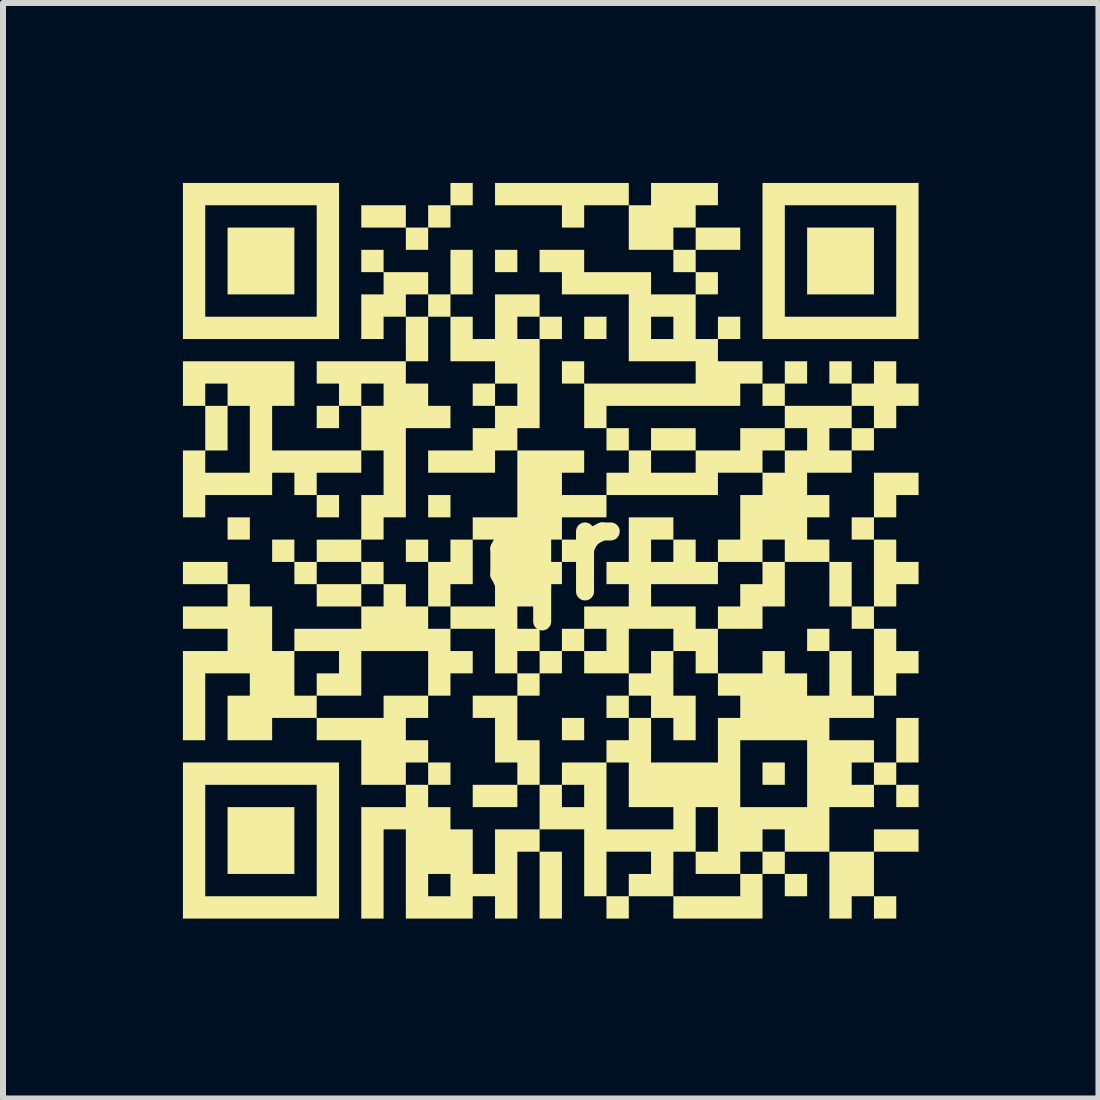
<source format=kicad_pcb>
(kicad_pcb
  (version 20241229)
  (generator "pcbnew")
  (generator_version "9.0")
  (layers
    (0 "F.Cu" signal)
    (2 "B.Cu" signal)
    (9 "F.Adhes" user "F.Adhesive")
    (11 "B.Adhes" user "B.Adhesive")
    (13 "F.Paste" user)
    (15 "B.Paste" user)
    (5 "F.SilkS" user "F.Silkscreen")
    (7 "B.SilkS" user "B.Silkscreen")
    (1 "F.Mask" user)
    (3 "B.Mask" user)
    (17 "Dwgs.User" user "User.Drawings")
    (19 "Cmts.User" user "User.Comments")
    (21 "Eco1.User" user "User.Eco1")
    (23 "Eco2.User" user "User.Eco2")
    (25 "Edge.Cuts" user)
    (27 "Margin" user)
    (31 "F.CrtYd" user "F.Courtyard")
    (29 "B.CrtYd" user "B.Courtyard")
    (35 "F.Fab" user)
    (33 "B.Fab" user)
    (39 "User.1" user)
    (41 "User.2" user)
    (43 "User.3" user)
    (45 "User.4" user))
  (footprint "qr"
    (layer "F.Cu")
    (at 6.132 6.132)
    (property "Reference" "qr" (at 0 0 0) (layer "F.SilkS") (effects (font (size 1.5 1.5) (thickness 0.3))))
    (attr board_only exclude_from_pos_files exclude_from_bom)
    (fp_poly (pts (xy -5.388 0.372) (xy -5.388 0.557) (xy -5.76 0.557) (xy -6.132 0.557) (xy -6.132 0.372) (xy -6.132 0.186) (xy -5.76 0.186) (xy -5.388 0.186)) (stroke (width 0) (type solid)) (fill yes) (layer "F.SilkS"))
    (fp_poly (pts (xy -5.017 -0.372) (xy -5.017 -0.186) (xy -5.203 -0.186) (xy -5.388 -0.186) (xy -5.388 -0.372) (xy -5.388 -0.557) (xy -5.203 -0.557) (xy -5.017 -0.557)) (stroke (width 0) (type solid)) (fill yes) (layer "F.SilkS"))
    (fp_poly (pts (xy -4.274 -4.831) (xy -4.274 -4.274) (xy -4.831 -4.274) (xy -5.388 -4.274) (xy -5.388 -4.831) (xy -5.388 -5.388) (xy -4.831 -5.388) (xy -4.274 -5.388)) (stroke (width 0) (type solid)) (fill yes) (layer "F.SilkS"))
    (fp_poly (pts (xy -4.274 4.831) (xy -4.274 5.388) (xy -4.831 5.388) (xy -5.388 5.388) (xy -5.388 4.831) (xy -5.388 4.274) (xy -4.831 4.274) (xy -4.274 4.274)) (stroke (width 0) (type solid)) (fill yes) (layer "F.SilkS"))
    (fp_poly (pts (xy -3.53 -0.743) (xy -3.53 -0.557) (xy -3.716 -0.557) (xy -3.902 -0.557) (xy -3.902 -0.743) (xy -3.902 -0.929) (xy -3.716 -0.929) (xy -3.53 -0.929)) (stroke (width 0) (type solid)) (fill yes) (layer "F.SilkS"))
    (fp_poly (pts (xy -2.787 -4.831) (xy -2.787 -4.645) (xy -2.973 -4.645) (xy -3.159 -4.645) (xy -3.159 -4.831) (xy -3.159 -5.017) (xy -2.973 -5.017) (xy -2.787 -5.017)) (stroke (width 0) (type solid)) (fill yes) (layer "F.SilkS"))
    (fp_poly (pts (xy -2.787 0.372) (xy -2.787 0.557) (xy -2.973 0.557) (xy -3.159 0.557) (xy -3.159 0.372) (xy -3.159 0.186) (xy -2.973 0.186) (xy -2.787 0.186)) (stroke (width 0) (type solid)) (fill yes) (layer "F.SilkS"))
    (fp_poly (pts (xy -1.672 -0.743) (xy -1.672 -0.557) (xy -1.858 -0.557) (xy -2.044 -0.557) (xy -2.044 -0.743) (xy -2.044 -0.929) (xy -1.858 -0.929) (xy -1.672 -0.929)) (stroke (width 0) (type solid)) (fill yes) (layer "F.SilkS"))
    (fp_poly (pts (xy -1.672 3.716) (xy -1.672 3.902) (xy -1.858 3.902) (xy -2.044 3.902) (xy -2.044 3.716) (xy -2.044 3.53) (xy -1.858 3.53) (xy -1.672 3.53)) (stroke (width 0) (type solid)) (fill yes) (layer "F.SilkS"))
    (fp_poly (pts (xy -0.929 -2.601) (xy -0.929 -2.416) (xy -1.115 -2.416) (xy -1.301 -2.416) (xy -1.301 -2.601) (xy -1.301 -2.787) (xy -1.115 -2.787) (xy -0.929 -2.787)) (stroke (width 0) (type solid)) (fill yes) (layer "F.SilkS"))
    (fp_poly (pts (xy -0.557 -4.831) (xy -0.557 -4.645) (xy -0.743 -4.645) (xy -0.929 -4.645) (xy -0.929 -4.831) (xy -0.929 -5.017) (xy -0.743 -5.017) (xy -0.557 -5.017)) (stroke (width 0) (type solid)) (fill yes) (layer "F.SilkS"))
    (fp_poly (pts (xy 0.186 5.574) (xy 0.186 6.132) (xy 0 6.132) (xy -0.186 6.132) (xy -0.186 5.574) (xy -0.186 5.017) (xy 0 5.017) (xy 0.186 5.017)) (stroke (width 0) (type solid)) (fill yes) (layer "F.SilkS"))
    (fp_poly (pts (xy 0.557 0) (xy 0.557 0.186) (xy 0.372 0.186) (xy 0.186 0.186) (xy 0.186 0) (xy 0.186 -0.186) (xy 0.372 -0.186) (xy 0.557 -0.186)) (stroke (width 0) (type solid)) (fill yes) (layer "F.SilkS"))
    (fp_poly (pts (xy 0.557 2.973) (xy 0.557 3.159) (xy 0.372 3.159) (xy 0.186 3.159) (xy 0.186 2.973) (xy 0.186 2.787) (xy 0.372 2.787) (xy 0.557 2.787)) (stroke (width 0) (type solid)) (fill yes) (layer "F.SilkS"))
    (fp_poly (pts (xy 0.929 -3.716) (xy 0.929 -3.53) (xy 0.743 -3.53) (xy 0.557 -3.53) (xy 0.557 -3.716) (xy 0.557 -3.902) (xy 0.743 -3.902) (xy 0.929 -3.902)) (stroke (width 0) (type solid)) (fill yes) (layer "F.SilkS"))
    (fp_poly (pts (xy 1.301 -1.858) (xy 1.301 -1.672) (xy 1.115 -1.672) (xy 0.929 -1.672) (xy 0.929 -1.858) (xy 0.929 -2.044) (xy 1.115 -2.044) (xy 1.301 -2.044)) (stroke (width 0) (type solid)) (fill yes) (layer "F.SilkS"))
    (fp_poly (pts (xy 2.416 -1.858) (xy 2.416 -1.672) (xy 2.044 -1.672) (xy 1.672 -1.672) (xy 1.672 -1.858) (xy 1.672 -2.044) (xy 2.044 -2.044) (xy 2.416 -2.044)) (stroke (width 0) (type solid)) (fill yes) (layer "F.SilkS"))
    (fp_poly (pts (xy 3.902 3.716) (xy 3.902 3.902) (xy 3.716 3.902) (xy 3.53 3.902) (xy 3.53 3.716) (xy 3.53 3.53) (xy 3.716 3.53) (xy 3.902 3.53)) (stroke (width 0) (type solid)) (fill yes) (layer "F.SilkS"))
    (fp_poly (pts (xy 4.274 5.574) (xy 4.274 5.76) (xy 4.088 5.76) (xy 3.902 5.76) (xy 3.902 5.574) (xy 3.902 5.388) (xy 4.088 5.388) (xy 4.274 5.388)) (stroke (width 0) (type solid)) (fill yes) (layer "F.SilkS"))
    (fp_poly (pts (xy 4.645 1.486) (xy 4.645 1.672) (xy 4.459 1.672) (xy 4.274 1.672) (xy 4.274 1.486) (xy 4.274 1.301) (xy 4.459 1.301) (xy 4.645 1.301)) (stroke (width 0) (type solid)) (fill yes) (layer "F.SilkS"))
    (fp_poly (pts (xy 5.388 -4.831) (xy 5.388 -4.274) (xy 4.831 -4.274) (xy 4.274 -4.274) (xy 4.274 -4.831) (xy 4.274 -5.388) (xy 4.831 -5.388) (xy 5.388 -5.388)) (stroke (width 0) (type solid)) (fill yes) (layer "F.SilkS"))
    (fp_poly (pts (xy 5.76 5.946) (xy 5.76 6.132) (xy 5.574 6.132) (xy 5.388 6.132) (xy 5.388 5.946) (xy 5.388 5.76) (xy 5.574 5.76) (xy 5.76 5.76)) (stroke (width 0) (type solid)) (fill yes) (layer "F.SilkS"))
    (fp_poly (pts (xy 6.132 4.088) (xy 6.132 4.274) (xy 5.946 4.274) (xy 5.76 4.274) (xy 5.76 4.088) (xy 5.76 3.902) (xy 5.946 3.902) (xy 6.132 3.902)) (stroke (width 0) (type solid)) (fill yes) (layer "F.SilkS"))
    (fp_poly (pts (xy -3.53 -4.831) (xy -3.53 -3.53) (xy -4.831 -3.53) (xy -6.132 -3.53) (xy -6.132 -4.831) (xy -5.76 -4.831) (xy -5.76 -3.902) (xy -4.831 -3.902) (xy -3.902 -3.902) (xy -3.902 -4.831) (xy -3.902 -5.76) (xy -4.831 -5.76) (xy -5.76 -5.76) (xy -5.76 -4.831) (xy -6.132 -4.831) (xy -6.132 -6.132) (xy -4.831 -6.132) (xy -3.53 -6.132)) (stroke (width 0) (type solid)) (fill yes) (layer "F.SilkS"))
    (fp_poly (pts (xy -3.53 4.831) (xy -3.53 6.132) (xy -4.831 6.132) (xy -6.132 6.132) (xy -6.132 4.831) (xy -5.76 4.831) (xy -5.76 5.76) (xy -4.831 5.76) (xy -3.902 5.76) (xy -3.902 4.831) (xy -3.902 3.902) (xy -4.831 3.902) (xy -5.76 3.902) (xy -5.76 4.831) (xy -6.132 4.831) (xy -6.132 3.53) (xy -4.831 3.53) (xy -3.53 3.53)) (stroke (width 0) (type solid)) (fill yes) (layer "F.SilkS"))
    (fp_poly (pts (xy 6.132 -4.831) (xy 6.132 -3.53) (xy 4.831 -3.53) (xy 3.53 -3.53) (xy 3.53 -4.831) (xy 3.902 -4.831) (xy 3.902 -3.902) (xy 4.831 -3.902) (xy 5.76 -3.902) (xy 5.76 -4.831) (xy 5.76 -5.76) (xy 4.831 -5.76) (xy 3.902 -5.76) (xy 3.902 -4.831) (xy 3.53 -4.831) (xy 3.53 -6.132) (xy 4.831 -6.132) (xy 6.132 -6.132)) (stroke (width 0) (type solid)) (fill yes) (layer "F.SilkS"))
    (fp_poly (pts (xy 6.132 -1.115) (xy 6.132 -0.929) (xy 5.946 -0.929) (xy 5.76 -0.929) (xy 5.76 -0.743) (xy 5.76 -0.557) (xy 5.574 -0.557) (xy 5.388 -0.557) (xy 5.388 -0.372) (xy 5.388 -0.186) (xy 5.203 -0.186) (xy 5.017 -0.186) (xy 5.017 -0.372) (xy 5.017 -0.557) (xy 5.203 -0.557) (xy 5.388 -0.557) (xy 5.388 -0.929) (xy 5.388 -1.301) (xy 5.76 -1.301) (xy 6.132 -1.301)) (stroke (width 0) (type solid)) (fill yes) (layer "F.SilkS"))
    (fp_poly (pts (xy -2.044 0) (xy -2.044 0.186) (xy -1.858 0.186) (xy -1.672 0.186) (xy -1.672 0) (xy -1.672 -0.186) (xy -1.486 -0.186) (xy -1.301 -0.186) (xy -1.301 0.186) (xy -1.301 0.557) (xy -1.486 0.557) (xy -1.672 0.557) (xy -1.672 0.743) (xy -1.672 0.929) (xy -1.858 0.929) (xy -2.044 0.929) (xy -2.044 0.557) (xy -2.044 0.186) (xy -2.23 0.186) (xy -2.416 0.186) (xy -2.416 0) (xy -2.416 -0.186) (xy -2.23 -0.186) (xy -2.044 -0.186)) (stroke (width 0) (type solid)) (fill yes) (layer "F.SilkS"))
    (fp_poly (pts (xy -1.301 -5.946) (xy -1.301 -5.76) (xy -1.486 -5.76) (xy -1.672 -5.76) (xy -1.672 -5.574) (xy -1.672 -5.388) (xy -1.858 -5.388) (xy -2.044 -5.388) (xy -2.044 -5.203) (xy -2.044 -5.017) (xy -2.23 -5.017) (xy -2.416 -5.017) (xy -2.416 -5.203) (xy -2.416 -5.388) (xy -2.787 -5.388) (xy -3.159 -5.388) (xy -3.159 -5.574) (xy -3.159 -5.76) (xy -2.787 -5.76) (xy -2.416 -5.76) (xy -2.416 -5.574) (xy -2.416 -5.388) (xy -2.23 -5.388) (xy -2.044 -5.388) (xy -2.044 -5.574) (xy -2.044 -5.76) (xy -1.858 -5.76) (xy -1.672 -5.76) (xy -1.672 -5.946) (xy -1.672 -6.132) (xy -1.486 -6.132) (xy -1.301 -6.132)) (stroke (width 0) (type solid)) (fill yes) (layer "F.SilkS"))
    (fp_poly (pts (xy 5.76 0) (xy 5.76 0.186) (xy 5.946 0.186) (xy 6.132 0.186) (xy 6.132 0.372) (xy 6.132 0.557) (xy 5.946 0.557) (xy 5.76 0.557) (xy 5.76 0.743) (xy 5.76 0.929) (xy 5.574 0.929) (xy 5.388 0.929) (xy 5.388 1.115) (xy 5.388 1.301) (xy 5.203 1.301) (xy 5.017 1.301) (xy 5.017 1.115) (xy 5.017 0.929) (xy 4.831 0.929) (xy 4.645 0.929) (xy 4.645 0.557) (xy 4.645 0.186) (xy 4.831 0.186) (xy 5.017 0.186) (xy 5.017 0.557) (xy 5.017 0.929) (xy 5.203 0.929) (xy 5.388 0.929) (xy 5.388 0.372) (xy 5.388 -0.186) (xy 5.574 -0.186) (xy 5.76 -0.186)) (stroke (width 0) (type solid)) (fill yes) (layer "F.SilkS"))
    (fp_poly (pts (xy 1.301 -5.946) (xy 1.301 -5.76) (xy 1.486 -5.76) (xy 1.672 -5.76) (xy 1.672 -5.946) (xy 1.672 -6.132) (xy 2.23 -6.132) (xy 2.787 -6.132) (xy 2.787 -5.946) (xy 2.787 -5.76) (xy 2.601 -5.76) (xy 2.416 -5.76) (xy 2.416 -5.574) (xy 2.416 -5.388) (xy 2.23 -5.388) (xy 2.044 -5.388) (xy 2.044 -5.203) (xy 2.044 -5.017) (xy 2.23 -5.017) (xy 2.416 -5.017) (xy 2.416 -5.203) (xy 2.416 -5.388) (xy 2.787 -5.388) (xy 3.159 -5.388) (xy 3.159 -5.203) (xy 3.159 -5.017) (xy 2.787 -5.017) (xy 2.416 -5.017) (xy 2.416 -4.831) (xy 2.416 -4.645) (xy 2.23 -4.645) (xy 2.044 -4.645) (xy 2.044 -4.831) (xy 2.044 -5.017) (xy 1.672 -5.017) (xy 1.301 -5.017) (xy 1.301 -5.388) (xy 1.301 -5.76) (xy 0.929 -5.76) (xy 0.557 -5.76) (xy 0.557 -5.574) (xy 0.557 -5.388) (xy 0.372 -5.388) (xy 0.186 -5.388) (xy 0.186 -5.574) (xy 0.186 -5.76) (xy -0.372 -5.76) (xy -0.929 -5.76) (xy -0.929 -5.946) (xy -0.929 -6.132) (xy 0.186 -6.132) (xy 1.301 -6.132)) (stroke (width 0) (type solid)) (fill yes) (layer "F.SilkS"))
    (fp_poly (pts (xy -0.186 -4.088) (xy -0.186 -3.902) (xy -0.372 -3.902) (xy -0.557 -3.902) (xy -0.557 -3.716) (xy -0.557 -3.53) (xy -0.372 -3.53) (xy -0.186 -3.53) (xy -0.186 -3.716) (xy -0.186 -3.902) (xy 0 -3.902) (xy 0.186 -3.902) (xy 0.186 -3.716) (xy 0.186 -3.53) (xy 0 -3.53) (xy -0.186 -3.53) (xy -0.186 -2.787) (xy -0.186 -2.044) (xy -0.372 -2.044) (xy -0.557 -2.044) (xy -0.557 -1.858) (xy -0.557 -1.672) (xy -0.743 -1.672) (xy -0.929 -1.672) (xy -0.929 -1.486) (xy -0.929 -1.301) (xy -1.486 -1.301) (xy -2.044 -1.301) (xy -2.044 -1.486) (xy -2.044 -1.672) (xy -1.672 -1.672) (xy -1.301 -1.672) (xy -1.301 -1.858) (xy -1.301 -2.044) (xy -1.115 -2.044) (xy -0.929 -2.044) (xy -0.929 -2.23) (xy -0.929 -2.416) (xy -0.743 -2.416) (xy -0.557 -2.416) (xy -0.557 -2.601) (xy -0.557 -2.787) (xy -0.743 -2.787) (xy -0.929 -2.787) (xy -0.929 -2.973) (xy -0.929 -3.159) (xy -1.301 -3.159) (xy -1.672 -3.159) (xy -1.672 -3.53) (xy -1.672 -3.902) (xy -1.486 -3.902) (xy -1.301 -3.902) (xy -1.301 -3.716) (xy -1.301 -3.53) (xy -1.115 -3.53) (xy -0.929 -3.53) (xy -0.929 -3.902) (xy -0.929 -4.274) (xy -0.557 -4.274) (xy -0.186 -4.274)) (stroke (width 0) (type solid)) (fill yes) (layer "F.SilkS"))
    (fp_poly (pts (xy 2.044 -0.372) (xy 2.044 -0.186) (xy 1.858 -0.186) (xy 1.672 -0.186) (xy 1.672 0) (xy 1.672 0.186) (xy 1.858 0.186) (xy 2.044 0.186) (xy 2.044 0) (xy 2.044 -0.186) (xy 2.23 -0.186) (xy 2.416 -0.186) (xy 2.416 0) (xy 2.416 0.186) (xy 2.601 0.186) (xy 2.787 0.186) (xy 2.787 0.372) (xy 2.787 0.557) (xy 2.23 0.557) (xy 1.672 0.557) (xy 1.672 0.743) (xy 1.672 0.929) (xy 2.044 0.929) (xy 2.416 0.929) (xy 2.416 1.115) (xy 2.416 1.301) (xy 2.601 1.301) (xy 2.787 1.301) (xy 2.787 1.115) (xy 2.787 0.929) (xy 2.973 0.929) (xy 3.159 0.929) (xy 3.159 0.743) (xy 3.159 0.557) (xy 3.345 0.557) (xy 3.53 0.557) (xy 3.53 0.372) (xy 3.53 0.186) (xy 3.716 0.186) (xy 3.902 0.186) (xy 3.902 0.557) (xy 3.902 0.929) (xy 3.716 0.929) (xy 3.53 0.929) (xy 3.53 1.115) (xy 3.53 1.301) (xy 3.159 1.301) (xy 2.787 1.301) (xy 2.787 1.672) (xy 2.787 2.044) (xy 2.601 2.044) (xy 2.416 2.044) (xy 2.416 1.858) (xy 2.416 1.672) (xy 2.23 1.672) (xy 2.044 1.672) (xy 2.044 2.044) (xy 2.044 2.416) (xy 2.23 2.416) (xy 2.416 2.416) (xy 2.416 2.787) (xy 2.416 3.159) (xy 2.23 3.159) (xy 2.044 3.159) (xy 2.044 2.973) (xy 2.044 2.787) (xy 1.858 2.787) (xy 1.672 2.787) (xy 1.672 2.601) (xy 1.672 2.416) (xy 1.486 2.416) (xy 1.301 2.416) (xy 1.301 2.601) (xy 1.301 2.787) (xy 1.115 2.787) (xy 0.929 2.787) (xy 0.929 2.601) (xy 0.929 2.416) (xy 1.115 2.416) (xy 1.301 2.416) (xy 1.301 2.23) (xy 1.301 2.044) (xy 0.929 2.044) (xy 0.557 2.044) (xy 0.557 1.858) (xy 0.557 1.672) (xy 0.372 1.672) (xy 0.186 1.672) (xy 0.186 1.858) (xy 0.186 2.044) (xy 0 2.044) (xy -0.186 2.044) (xy -0.186 2.23) (xy -0.186 2.416) (xy -0.372 2.416) (xy -0.557 2.416) (xy -0.557 2.787) (xy -0.557 3.159) (xy -0.372 3.159) (xy -0.186 3.159) (xy -0.186 3.53) (xy -0.186 3.902) (xy -0.372 3.902) (xy -0.557 3.902) (xy -0.557 4.088) (xy -0.557 4.274) (xy -0.929 4.274) (xy -1.301 4.274) (xy -1.301 4.088) (xy -1.301 3.902) (xy -0.929 3.902) (xy -0.557 3.902) (xy -0.557 3.716) (xy -0.557 3.53) (xy -0.743 3.53) (xy -0.929 3.53) (xy -0.929 3.159) (xy -0.929 2.787) (xy -1.115 2.787) (xy -1.301 2.787) (xy -1.301 2.601) (xy -1.301 2.416) (xy -0.929 2.416) (xy -0.557 2.416) (xy -0.557 2.23) (xy -0.557 2.044) (xy -0.372 2.044) (xy -0.186 2.044) (xy -0.186 1.858) (xy -0.186 1.672) (xy 0 1.672) (xy 0.186 1.672) (xy 0.186 1.486) (xy 0.557 1.486) (xy 0.557 1.672) (xy 0.743 1.672) (xy 0.929 1.672) (xy 1.301 1.672) (xy 1.301 2.044) (xy 1.486 2.044) (xy 1.672 2.044) (xy 1.672 1.858) (xy 1.672 1.672) (xy 1.858 1.672) (xy 2.044 1.672) (xy 2.044 1.486) (xy 2.044 1.301) (xy 1.672 1.301) (xy 1.301 1.301) (xy 1.301 1.672) (xy 0.929 1.672) (xy 0.929 1.486) (xy 0.929 1.301) (xy 0.743 1.301) (xy 0.557 1.301) (xy 0.557 1.486) (xy 0.186 1.486) (xy 0.186 1.301) (xy 0.372 1.301) (xy 0.557 1.301) (xy 0.557 1.115) (xy 0.557 0.929) (xy 0.929 0.929) (xy 1.301 0.929) (xy 1.301 0.743) (xy 1.301 0.557) (xy 1.115 0.557) (xy 0.929 0.557) (xy 0.929 0.372) (xy 0.929 0.186) (xy 1.115 0.186) (xy 1.301 0.186) (xy 1.301 -0.186) (xy 1.301 -0.557) (xy 1.672 -0.557) (xy 2.044 -0.557)) (stroke (width 0) (type solid)) (fill yes) (layer "F.SilkS"))
    (fp_poly (pts (xy -1.301 -4.645) (xy -1.301 -4.274) (xy -1.486 -4.274) (xy -1.672 -4.274) (xy -1.672 -4.088) (xy -1.672 -3.902) (xy -1.858 -3.902) (xy -2.044 -3.902) (xy -2.044 -3.53) (xy -2.044 -3.159) (xy -2.23 -3.159) (xy -2.416 -3.159) (xy -2.416 -2.973) (xy -2.416 -2.787) (xy -2.23 -2.787) (xy -2.044 -2.787) (xy -2.044 -2.601) (xy -2.044 -2.416) (xy -1.858 -2.416) (xy -1.672 -2.416) (xy -1.672 -2.23) (xy -1.672 -2.044) (xy -2.044 -2.044) (xy -2.416 -2.044) (xy -2.416 -1.301) (xy -2.416 -0.557) (xy -2.601 -0.557) (xy -2.787 -0.557) (xy -2.787 -0.372) (xy -2.787 -0.186) (xy -2.973 -0.186) (xy -3.159 -0.186) (xy -3.159 0) (xy -3.159 0.186) (xy -3.53 0.186) (xy -3.902 0.186) (xy -3.902 0.372) (xy -3.902 0.557) (xy -4.088 0.557) (xy -4.274 0.557) (xy -4.274 0.372) (xy -4.274 0.186) (xy -4.459 0.186) (xy -4.645 0.186) (xy -4.645 0) (xy -4.645 -0.186) (xy -4.459 -0.186) (xy -4.274 -0.186) (xy -4.274 0) (xy -4.274 0.186) (xy -4.088 0.186) (xy -3.902 0.186) (xy -3.902 0) (xy -3.902 -0.186) (xy -3.53 -0.186) (xy -3.159 -0.186) (xy -3.159 -0.557) (xy -3.159 -0.929) (xy -2.973 -0.929) (xy -2.787 -0.929) (xy -2.787 -1.301) (xy -2.787 -1.672) (xy -2.973 -1.672) (xy -3.159 -1.672) (xy -3.159 -1.486) (xy -3.159 -1.301) (xy -3.53 -1.301) (xy -3.902 -1.301) (xy -3.902 -1.115) (xy -3.902 -0.929) (xy -4.088 -0.929) (xy -4.274 -0.929) (xy -4.274 -1.115) (xy -4.274 -1.301) (xy -4.459 -1.301) (xy -4.645 -1.301) (xy -4.645 -1.115) (xy -4.645 -0.929) (xy -5.203 -0.929) (xy -5.76 -0.929) (xy -5.76 -0.743) (xy -5.76 -0.557) (xy -5.946 -0.557) (xy -6.132 -0.557) (xy -6.132 -1.115) (xy -6.132 -1.672) (xy -5.946 -1.672) (xy -5.76 -1.672) (xy -5.76 -1.486) (xy -5.76 -1.301) (xy -5.388 -1.301) (xy -5.017 -1.301) (xy -5.017 -1.858) (xy -5.017 -2.416) (xy -5.203 -2.416) (xy -5.388 -2.416) (xy -5.388 -2.044) (xy -5.388 -1.672) (xy -5.574 -1.672) (xy -5.76 -1.672) (xy -5.76 -2.044) (xy -5.76 -2.416) (xy -5.946 -2.416) (xy -6.132 -2.416) (xy -6.132 -2.601) (xy -5.76 -2.601) (xy -5.76 -2.416) (xy -5.574 -2.416) (xy -5.388 -2.416) (xy -5.388 -2.601) (xy -5.388 -2.787) (xy -5.574 -2.787) (xy -5.76 -2.787) (xy -5.76 -2.601) (xy -6.132 -2.601) (xy -6.132 -2.787) (xy -6.132 -3.159) (xy -5.203 -3.159) (xy -4.274 -3.159) (xy -4.274 -2.787) (xy -4.274 -2.416) (xy -4.459 -2.416) (xy -4.645 -2.416) (xy -4.645 -2.044) (xy -4.645 -1.672) (xy -3.902 -1.672) (xy -3.159 -1.672) (xy -3.159 -2.044) (xy -3.159 -2.416) (xy -3.345 -2.416) (xy -3.53 -2.416) (xy -3.53 -2.23) (xy -3.53 -2.044) (xy -3.716 -2.044) (xy -3.902 -2.044) (xy -3.902 -2.23) (xy -3.902 -2.416) (xy -3.716 -2.416) (xy -3.53 -2.416) (xy -3.53 -2.601) (xy -3.159 -2.601) (xy -3.159 -2.416) (xy -2.973 -2.416) (xy -2.787 -2.416) (xy -2.787 -2.601) (xy -2.787 -2.787) (xy -2.973 -2.787) (xy -3.159 -2.787) (xy -3.159 -2.601) (xy -3.53 -2.601) (xy -3.53 -2.787) (xy -3.716 -2.787) (xy -3.902 -2.787) (xy -3.902 -2.973) (xy -3.902 -3.159) (xy -3.159 -3.159) (xy -2.416 -3.159) (xy -2.416 -3.53) (xy -2.416 -3.902) (xy -2.601 -3.902) (xy -2.787 -3.902) (xy -2.787 -3.716) (xy -2.787 -3.53) (xy -2.973 -3.53) (xy -3.159 -3.53) (xy -3.159 -3.902) (xy -3.159 -4.088) (xy -2.416 -4.088) (xy -2.416 -3.902) (xy -2.23 -3.902) (xy -2.044 -3.902) (xy -2.044 -4.088) (xy -2.044 -4.274) (xy -2.23 -4.274) (xy -2.416 -4.274) (xy -2.416 -4.088) (xy -3.159 -4.088) (xy -3.159 -4.274) (xy -2.973 -4.274) (xy -2.787 -4.274) (xy -2.787 -4.459) (xy -2.787 -4.645) (xy -2.416 -4.645) (xy -2.044 -4.645) (xy -2.044 -4.459) (xy -2.044 -4.274) (xy -1.858 -4.274) (xy -1.672 -4.274) (xy -1.672 -4.645) (xy -1.672 -5.017) (xy -1.486 -5.017) (xy -1.301 -5.017)) (stroke (width 0) (type solid)) (fill yes) (layer "F.SilkS"))
    (fp_poly (pts (xy 5.76 1.486) (xy 5.76 1.672) (xy 5.946 1.672) (xy 6.132 1.672) (xy 6.132 1.858) (xy 6.132 2.044) (xy 5.946 2.044) (xy 5.76 2.044) (xy 5.76 2.23) (xy 5.76 2.416) (xy 5.574 2.416) (xy 5.388 2.416) (xy 5.388 2.601) (xy 5.388 2.787) (xy 5.017 2.787) (xy 4.645 2.787) (xy 4.645 2.973) (xy 4.645 3.159) (xy 5.017 3.159) (xy 5.388 3.159) (xy 5.388 3.345) (xy 5.388 3.53) (xy 5.574 3.53) (xy 5.76 3.53) (xy 5.76 3.159) (xy 5.76 2.787) (xy 5.946 2.787) (xy 6.132 2.787) (xy 6.132 3.159) (xy 6.132 3.53) (xy 5.946 3.53) (xy 5.76 3.53) (xy 5.76 3.716) (xy 5.76 3.902) (xy 5.574 3.902) (xy 5.388 3.902) (xy 5.388 4.088) (xy 5.388 4.274) (xy 5.017 4.274) (xy 4.645 4.274) (xy 4.645 4.645) (xy 4.645 5.017) (xy 5.017 5.017) (xy 5.388 5.017) (xy 5.388 4.831) (xy 5.388 4.645) (xy 5.76 4.645) (xy 6.132 4.645) (xy 6.132 4.831) (xy 6.132 5.017) (xy 5.76 5.017) (xy 5.388 5.017) (xy 5.388 5.388) (xy 5.388 5.76) (xy 5.203 5.76) (xy 5.017 5.76) (xy 5.017 5.946) (xy 5.017 6.132) (xy 4.831 6.132) (xy 4.645 6.132) (xy 4.645 5.574) (xy 4.645 5.017) (xy 4.274 5.017) (xy 3.902 5.017) (xy 3.902 5.203) (xy 3.902 5.388) (xy 3.716 5.388) (xy 3.53 5.388) (xy 3.53 5.76) (xy 3.53 6.132) (xy 2.787 6.132) (xy 2.044 6.132) (xy 2.044 5.946) (xy 2.044 5.76) (xy 1.672 5.76) (xy 1.301 5.76) (xy 1.301 5.946) (xy 1.301 6.132) (xy 1.115 6.132) (xy 0.929 6.132) (xy 0.929 5.946) (xy 0.929 5.76) (xy 0.743 5.76) (xy 0.557 5.76) (xy 0.557 5.388) (xy 0.929 5.388) (xy 0.929 5.76) (xy 1.115 5.76) (xy 1.301 5.76) (xy 1.301 5.574) (xy 1.301 5.388) (xy 1.486 5.388) (xy 1.672 5.388) (xy 1.672 5.203) (xy 1.672 5.017) (xy 2.044 5.017) (xy 2.044 5.388) (xy 2.044 5.76) (xy 2.601 5.76) (xy 3.159 5.76) (xy 3.159 5.574) (xy 3.159 5.388) (xy 3.345 5.388) (xy 3.53 5.388) (xy 3.53 5.203) (xy 3.53 5.017) (xy 3.716 5.017) (xy 3.902 5.017) (xy 3.902 4.831) (xy 3.902 4.645) (xy 3.716 4.645) (xy 3.53 4.645) (xy 3.53 4.831) (xy 3.53 5.017) (xy 3.345 5.017) (xy 3.159 5.017) (xy 3.159 5.203) (xy 3.159 5.388) (xy 2.787 5.388) (xy 2.416 5.388) (xy 2.416 5.203) (xy 2.416 5.017) (xy 2.601 5.017) (xy 2.787 5.017) (xy 2.787 4.645) (xy 2.787 4.274) (xy 2.601 4.274) (xy 2.416 4.274) (xy 2.416 4.645) (xy 2.416 5.017) (xy 2.23 5.017) (xy 2.044 5.017) (xy 1.672 5.017) (xy 1.301 5.017) (xy 0.929 5.017) (xy 0.929 5.388) (xy 0.557 5.388) (xy 0.557 5.203) (xy 0.557 4.645) (xy 0.186 4.645) (xy -0.186 4.645) (xy -0.186 4.831) (xy -0.186 5.017) (xy -0.372 5.017) (xy -0.557 5.017) (xy -0.557 5.574) (xy -0.557 6.132) (xy -0.743 6.132) (xy -0.929 6.132) (xy -0.929 5.946) (xy -0.929 5.76) (xy -1.115 5.76) (xy -1.301 5.76) (xy -1.301 5.946) (xy -1.301 6.132) (xy -1.858 6.132) (xy -2.416 6.132) (xy -2.416 5.574) (xy -2.044 5.574) (xy -2.044 5.76) (xy -1.858 5.76) (xy -1.672 5.76) (xy -1.672 5.574) (xy -1.672 5.388) (xy -1.858 5.388) (xy -2.044 5.388) (xy -2.044 5.574) (xy -2.416 5.574) (xy -2.416 5.388) (xy -2.416 4.645) (xy -2.601 4.645) (xy -2.787 4.645) (xy -2.787 5.388) (xy -2.787 6.132) (xy -2.973 6.132) (xy -3.159 6.132) (xy -3.159 5.203) (xy -3.159 4.274) (xy -2.787 4.274) (xy -2.416 4.274) (xy -2.416 4.088) (xy -2.416 3.902) (xy -2.23 3.902) (xy -2.044 3.902) (xy -2.044 4.088) (xy -2.044 4.274) (xy -1.858 4.274) (xy -1.672 4.274) (xy -1.672 4.459) (xy -1.672 4.645) (xy -1.486 4.645) (xy -1.301 4.645) (xy -1.301 5.017) (xy -1.301 5.388) (xy -1.115 5.388) (xy -0.929 5.388) (xy -0.929 5.017) (xy -0.929 4.645) (xy -0.557 4.645) (xy -0.186 4.645) (xy -0.186 4.274) (xy -0.186 4.088) (xy 0.186 4.088) (xy 0.186 4.274) (xy 0.372 4.274) (xy 0.557 4.274) (xy 0.557 4.088) (xy 0.929 4.088) (xy 0.929 4.645) (xy 1.486 4.645) (xy 2.044 4.645) (xy 2.044 4.459) (xy 2.044 4.274) (xy 1.672 4.274) (xy 1.301 4.274) (xy 1.301 3.902) (xy 1.301 3.716) (xy 3.159 3.716) (xy 3.159 4.274) (xy 3.716 4.274) (xy 4.274 4.274) (xy 4.274 3.716) (xy 5.017 3.716) (xy 5.017 3.902) (xy 5.203 3.902) (xy 5.388 3.902) (xy 5.388 3.716) (xy 5.388 3.53) (xy 5.203 3.53) (xy 5.017 3.53) (xy 5.017 3.716) (xy 4.274 3.716) (xy 4.274 3.159) (xy 3.716 3.159) (xy 3.159 3.159) (xy 3.159 3.716) (xy 1.301 3.716) (xy 1.301 3.53) (xy 1.115 3.53) (xy 0.929 3.53) (xy 0.929 4.088) (xy 0.557 4.088) (xy 0.557 3.902) (xy 0.372 3.902) (xy 0.186 3.902) (xy 0.186 4.088) (xy -0.186 4.088) (xy -0.186 3.902) (xy 0 3.902) (xy 0.186 3.902) (xy 0.186 3.716) (xy 0.186 3.53) (xy 0.557 3.53) (xy 0.929 3.53) (xy 0.929 3.345) (xy 0.929 3.159) (xy 1.115 3.159) (xy 1.301 3.159) (xy 1.301 2.973) (xy 1.301 2.787) (xy 1.486 2.787) (xy 1.672 2.787) (xy 1.672 3.159) (xy 1.672 3.53) (xy 2.23 3.53) (xy 2.787 3.53) (xy 2.787 3.159) (xy 2.787 2.787) (xy 2.973 2.787) (xy 3.159 2.787) (xy 3.159 2.601) (xy 3.159 2.416) (xy 2.973 2.416) (xy 2.787 2.416) (xy 2.787 2.23) (xy 2.787 2.044) (xy 3.159 2.044) (xy 3.53 2.044) (xy 3.53 1.858) (xy 3.53 1.672) (xy 3.716 1.672) (xy 3.902 1.672) (xy 3.902 1.858) (xy 3.902 2.044) (xy 4.088 2.044) (xy 4.274 2.044) (xy 4.274 2.23) (xy 4.274 2.416) (xy 4.459 2.416) (xy 4.645 2.416) (xy 4.645 2.044) (xy 4.645 1.672) (xy 4.831 1.672) (xy 5.017 1.672) (xy 5.017 2.044) (xy 5.017 2.416) (xy 5.203 2.416) (xy 5.388 2.416) (xy 5.388 1.858) (xy 5.388 1.301) (xy 5.574 1.301) (xy 5.76 1.301)) (stroke (width 0) (type solid)) (fill yes) (layer "F.SilkS"))
    (fp_poly (pts (xy 0.557 -4.831) (xy 0.557 -4.645) (xy 1.115 -4.645) (xy 1.672 -4.645) (xy 1.672 -4.459) (xy 1.672 -4.274) (xy 2.044 -4.274) (xy 2.416 -4.274) (xy 2.416 -4.459) (xy 2.416 -4.645) (xy 2.601 -4.645) (xy 2.787 -4.645) (xy 2.787 -4.459) (xy 2.787 -4.274) (xy 2.601 -4.274) (xy 2.416 -4.274) (xy 2.416 -3.902) (xy 2.416 -3.53) (xy 2.601 -3.53) (xy 2.787 -3.53) (xy 2.787 -3.716) (xy 2.787 -3.902) (xy 2.973 -3.902) (xy 3.159 -3.902) (xy 3.159 -3.716) (xy 3.159 -3.53) (xy 2.973 -3.53) (xy 2.787 -3.53) (xy 2.787 -3.345) (xy 2.787 -3.159) (xy 3.159 -3.159) (xy 3.53 -3.159) (xy 3.53 -2.973) (xy 3.53 -2.787) (xy 3.716 -2.787) (xy 3.902 -2.787) (xy 3.902 -2.973) (xy 3.902 -3.159) (xy 4.088 -3.159) (xy 4.274 -3.159) (xy 4.274 -2.973) (xy 4.274 -2.787) (xy 4.088 -2.787) (xy 3.902 -2.787) (xy 3.902 -2.601) (xy 3.902 -2.416) (xy 4.459 -2.416) (xy 5.017 -2.416) (xy 5.017 -2.601) (xy 5.017 -2.787) (xy 4.831 -2.787) (xy 4.645 -2.787) (xy 4.645 -2.973) (xy 4.645 -3.159) (xy 4.831 -3.159) (xy 5.017 -3.159) (xy 5.017 -2.973) (xy 5.017 -2.787) (xy 5.203 -2.787) (xy 5.388 -2.787) (xy 5.388 -2.973) (xy 5.388 -3.159) (xy 5.574 -3.159) (xy 5.76 -3.159) (xy 5.76 -2.973) (xy 5.76 -2.787) (xy 5.946 -2.787) (xy 6.132 -2.787) (xy 6.132 -2.601) (xy 6.132 -2.416) (xy 5.946 -2.416) (xy 5.76 -2.416) (xy 5.76 -2.23) (xy 5.76 -2.044) (xy 5.574 -2.044) (xy 5.388 -2.044) (xy 5.388 -1.858) (xy 5.388 -1.672) (xy 5.203 -1.672) (xy 5.017 -1.672) (xy 5.017 -1.486) (xy 5.017 -1.301) (xy 4.645 -1.301) (xy 4.274 -1.301) (xy 4.274 -1.115) (xy 4.274 -0.929) (xy 4.459 -0.929) (xy 4.645 -0.929) (xy 4.645 -0.743) (xy 4.645 -0.557) (xy 4.459 -0.557) (xy 4.274 -0.557) (xy 4.274 -0.372) (xy 4.274 -0.186) (xy 4.459 -0.186) (xy 4.645 -0.186) (xy 4.645 0) (xy 4.645 0.186) (xy 4.274 0.186) (xy 3.902 0.186) (xy 3.902 0) (xy 3.902 -0.186) (xy 3.716 -0.186) (xy 3.53 -0.186) (xy 3.53 0) (xy 3.53 0.186) (xy 3.159 0.186) (xy 2.787 0.186) (xy 2.787 0) (xy 2.787 -0.186) (xy 2.973 -0.186) (xy 3.159 -0.186) (xy 3.159 -0.557) (xy 3.159 -0.929) (xy 3.345 -0.929) (xy 3.53 -0.929) (xy 3.53 -1.115) (xy 3.53 -1.301) (xy 3.716 -1.301) (xy 3.902 -1.301) (xy 3.902 -1.486) (xy 3.902 -1.672) (xy 4.088 -1.672) (xy 4.274 -1.672) (xy 4.274 -1.858) (xy 4.274 -2.044) (xy 4.645 -2.044) (xy 4.645 -1.858) (xy 4.645 -1.672) (xy 4.831 -1.672) (xy 5.017 -1.672) (xy 5.017 -1.858) (xy 5.017 -2.044) (xy 5.203 -2.044) (xy 5.388 -2.044) (xy 5.388 -2.23) (xy 5.388 -2.416) (xy 5.203 -2.416) (xy 5.017 -2.416) (xy 5.017 -2.23) (xy 5.017 -2.044) (xy 4.831 -2.044) (xy 4.645 -2.044) (xy 4.274 -2.044) (xy 4.088 -2.044) (xy 3.902 -2.044) (xy 3.902 -1.858) (xy 3.902 -1.672) (xy 3.716 -1.672) (xy 3.53 -1.672) (xy 3.53 -1.486) (xy 3.53 -1.301) (xy 3.159 -1.301) (xy 2.787 -1.301) (xy 2.787 -1.115) (xy 2.787 -0.929) (xy 1.858 -0.929) (xy 0.929 -0.929) (xy 0.929 -0.743) (xy 0.929 -0.557) (xy 0.557 -0.557) (xy 0.186 -0.557) (xy 0.186 -0.372) (xy 0.186 -0.186) (xy 0 -0.186) (xy -0.186 -0.186) (xy -0.186 0) (xy -0.186 0.186) (xy 0 0.186) (xy 0.186 0.186) (xy 0.186 0.372) (xy 0.186 0.557) (xy 0 0.557) (xy -0.186 0.557) (xy -0.186 0.743) (xy -0.186 0.929) (xy -0.372 0.929) (xy -0.557 0.929) (xy -0.557 1.115) (xy -0.557 1.301) (xy -0.372 1.301) (xy -0.186 1.301) (xy -0.186 1.486) (xy -0.186 1.672) (xy -0.372 1.672) (xy -0.557 1.672) (xy -0.557 1.858) (xy -0.557 2.044) (xy -0.743 2.044) (xy -0.929 2.044) (xy -0.929 1.672) (xy -0.929 1.301) (xy -1.301 1.301) (xy -1.672 1.301) (xy -1.672 1.486) (xy -1.672 1.672) (xy -1.486 1.672) (xy -1.301 1.672) (xy -1.301 1.858) (xy -1.301 2.044) (xy -1.486 2.044) (xy -1.672 2.044) (xy -1.672 2.23) (xy -1.672 2.416) (xy -1.858 2.416) (xy -2.044 2.416) (xy -2.044 2.044) (xy -2.044 1.672) (xy -2.601 1.672) (xy -3.159 1.672) (xy -3.159 2.044) (xy -3.159 2.416) (xy -3.53 2.416) (xy -3.902 2.416) (xy -3.902 2.23) (xy -3.902 2.044) (xy -3.716 2.044) (xy -3.53 2.044) (xy -3.53 1.858) (xy -3.53 1.672) (xy -3.902 1.672) (xy -4.274 1.672) (xy -4.274 2.044) (xy -4.274 2.416) (xy -4.088 2.416) (xy -3.902 2.416) (xy -3.902 2.601) (xy -3.902 2.787) (xy -3.345 2.787) (xy -2.787 2.787) (xy -2.787 2.601) (xy -2.787 2.416) (xy -2.416 2.416) (xy -2.044 2.416) (xy -2.044 2.601) (xy -2.044 2.787) (xy -2.23 2.787) (xy -2.416 2.787) (xy -2.416 2.973) (xy -2.416 3.159) (xy -2.23 3.159) (xy -2.044 3.159) (xy -2.044 3.345) (xy -2.044 3.53) (xy -2.23 3.53) (xy -2.416 3.53) (xy -2.416 3.716) (xy -2.416 3.902) (xy -2.787 3.902) (xy -3.159 3.902) (xy -3.159 3.53) (xy -3.159 3.159) (xy -3.53 3.159) (xy -3.902 3.159) (xy -3.902 2.973) (xy -3.902 2.787) (xy -4.274 2.787) (xy -4.645 2.787) (xy -4.645 2.973) (xy -4.645 3.159) (xy -5.017 3.159) (xy -5.388 3.159) (xy -5.388 2.787) (xy -5.388 2.416) (xy -5.203 2.416) (xy -5.017 2.416) (xy -5.017 2.23) (xy -5.017 2.044) (xy -5.388 2.044) (xy -5.76 2.044) (xy -5.76 2.601) (xy -5.76 3.159) (xy -5.946 3.159) (xy -6.132 3.159) (xy -6.132 2.416) (xy -6.132 1.672) (xy -5.76 1.672) (xy -5.388 1.672) (xy -5.388 1.486) (xy -5.388 1.301) (xy -5.76 1.301) (xy -6.132 1.301) (xy -6.132 1.115) (xy -6.132 0.929) (xy -5.76 0.929) (xy -5.388 0.929) (xy -5.388 0.743) (xy -5.388 0.557) (xy -5.203 0.557) (xy -5.017 0.557) (xy -5.017 0.743) (xy -5.017 0.929) (xy -4.831 0.929) (xy -4.645 0.929) (xy -4.645 1.301) (xy -4.645 1.672) (xy -4.459 1.672) (xy -4.274 1.672) (xy -4.274 1.486) (xy -4.274 1.301) (xy -3.716 1.301) (xy -3.159 1.301) (xy -3.159 1.115) (xy -3.159 0.929) (xy -3.53 0.929) (xy -3.902 0.929) (xy -3.902 0.743) (xy -3.902 0.557) (xy -3.53 0.557) (xy -3.159 0.557) (xy -3.159 0.743) (xy -3.159 0.929) (xy -2.973 0.929) (xy -2.787 0.929) (xy -2.787 0.743) (xy -2.787 0.557) (xy -2.601 0.557) (xy -2.416 0.557) (xy -2.416 0.743) (xy -2.416 0.929) (xy -2.23 0.929) (xy -2.044 0.929) (xy -2.044 1.115) (xy -2.044 1.301) (xy -1.858 1.301) (xy -1.672 1.301) (xy -1.672 1.115) (xy -1.672 0.929) (xy -1.301 0.929) (xy -0.929 0.929) (xy -0.929 0.372) (xy -0.929 -0.186) (xy -1.115 -0.186) (xy -1.301 -0.186) (xy -1.301 -0.372) (xy -1.301 -0.557) (xy -0.929 -0.557) (xy -0.557 -0.557) (xy -0.557 -1.115) (xy -0.557 -1.672) (xy 0 -1.672) (xy 0.557 -1.672) (xy 0.557 -1.486) (xy 0.557 -1.301) (xy 0.372 -1.301) (xy 0.186 -1.301) (xy 0.186 -1.115) (xy 0.186 -0.929) (xy 0.557 -0.929) (xy 0.929 -0.929) (xy 0.929 -1.115) (xy 0.929 -1.301) (xy 1.115 -1.301) (xy 1.301 -1.301) (xy 1.301 -1.486) (xy 1.301 -1.672) (xy 1.486 -1.672) (xy 1.672 -1.672) (xy 1.672 -1.486) (xy 1.672 -1.301) (xy 2.044 -1.301) (xy 2.416 -1.301) (xy 2.416 -1.486) (xy 2.416 -1.672) (xy 2.787 -1.672) (xy 3.159 -1.672) (xy 3.159 -1.858) (xy 3.159 -2.044) (xy 3.53 -2.044) (xy 3.902 -2.044) (xy 3.902 -2.23) (xy 3.902 -2.416) (xy 3.716 -2.416) (xy 3.53 -2.416) (xy 3.53 -2.601) (xy 3.53 -2.787) (xy 3.345 -2.787) (xy 3.159 -2.787) (xy 3.159 -2.601) (xy 3.159 -2.416) (xy 2.044 -2.416) (xy 0.929 -2.416) (xy 0.929 -2.23) (xy 0.929 -2.044) (xy 0.743 -2.044) (xy 0.557 -2.044) (xy 0.557 -2.416) (xy 0.557 -2.787) (xy 0.372 -2.787) (xy 0.186 -2.787) (xy 0.186 -2.973) (xy 0.186 -3.159) (xy 0.372 -3.159) (xy 0.557 -3.159) (xy 0.557 -2.973) (xy 0.557 -2.787) (xy 1.486 -2.787) (xy 2.416 -2.787) (xy 2.416 -2.973) (xy 2.416 -3.159) (xy 1.858 -3.159) (xy 1.301 -3.159) (xy 1.301 -3.716) (xy 1.672 -3.716) (xy 1.672 -3.53) (xy 1.858 -3.53) (xy 2.044 -3.53) (xy 2.044 -3.716) (xy 2.044 -3.902) (xy 1.858 -3.902) (xy 1.672 -3.902) (xy 1.672 -3.716) (xy 1.301 -3.716) (xy 1.301 -4.274) (xy 0.743 -4.274) (xy 0.186 -4.274) (xy 0.186 -4.459) (xy 0.186 -4.645) (xy 0 -4.645) (xy -0.186 -4.645) (xy -0.186 -4.831) (xy -0.186 -5.017) (xy 0.186 -5.017) (xy 0.557 -5.017)) (stroke (width 0) (type solid)) (fill yes) (layer "F.SilkS")))
  (gr_rect
    (start -3 -3)
    (end 15.263 15.263)
    (stroke (width 0.1) (type default))
    (fill no)
    (layer "Edge.Cuts")))
</source>
